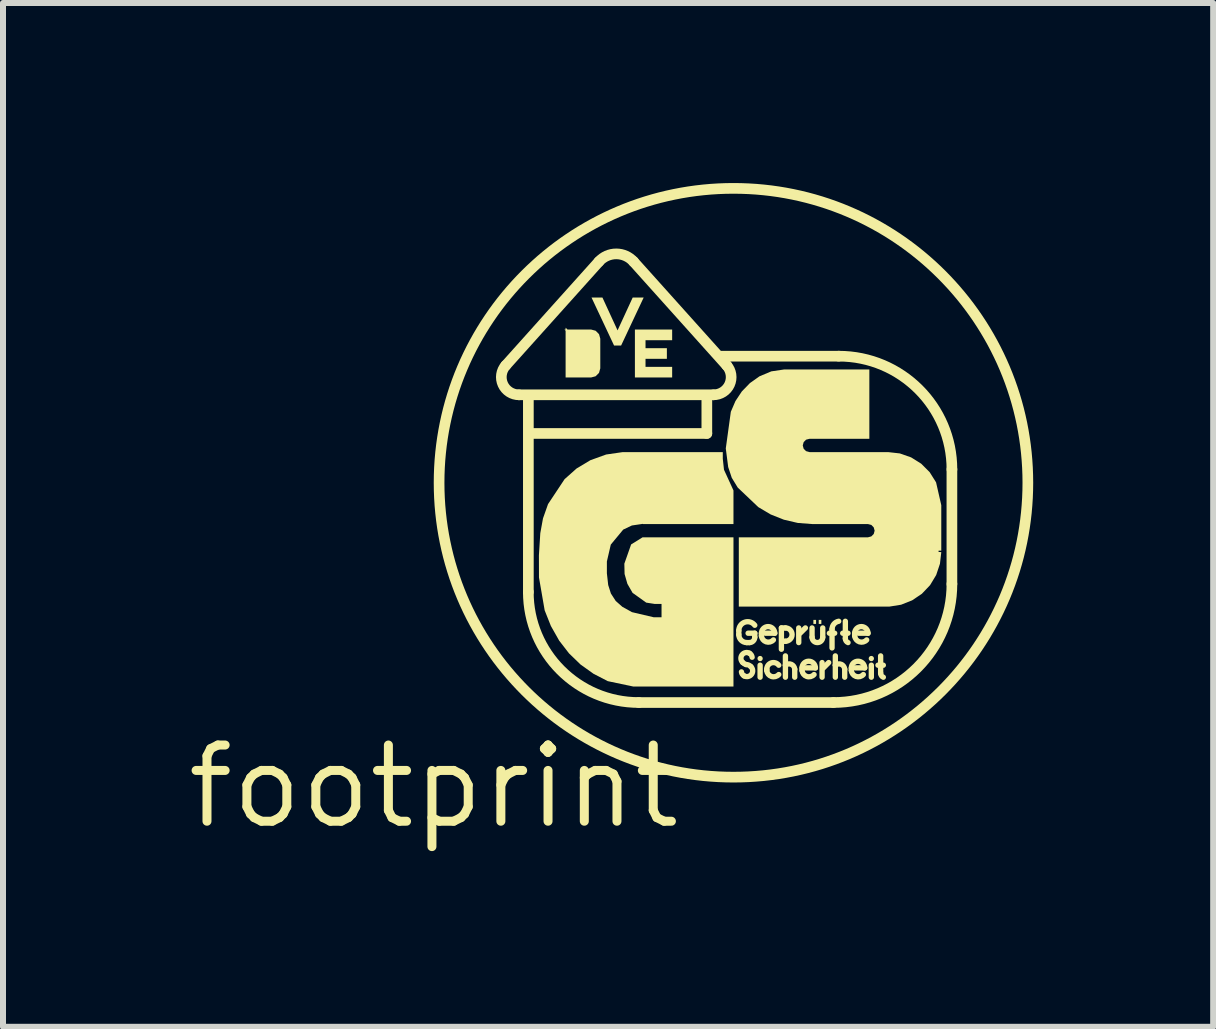
<source format=kicad_pcb>
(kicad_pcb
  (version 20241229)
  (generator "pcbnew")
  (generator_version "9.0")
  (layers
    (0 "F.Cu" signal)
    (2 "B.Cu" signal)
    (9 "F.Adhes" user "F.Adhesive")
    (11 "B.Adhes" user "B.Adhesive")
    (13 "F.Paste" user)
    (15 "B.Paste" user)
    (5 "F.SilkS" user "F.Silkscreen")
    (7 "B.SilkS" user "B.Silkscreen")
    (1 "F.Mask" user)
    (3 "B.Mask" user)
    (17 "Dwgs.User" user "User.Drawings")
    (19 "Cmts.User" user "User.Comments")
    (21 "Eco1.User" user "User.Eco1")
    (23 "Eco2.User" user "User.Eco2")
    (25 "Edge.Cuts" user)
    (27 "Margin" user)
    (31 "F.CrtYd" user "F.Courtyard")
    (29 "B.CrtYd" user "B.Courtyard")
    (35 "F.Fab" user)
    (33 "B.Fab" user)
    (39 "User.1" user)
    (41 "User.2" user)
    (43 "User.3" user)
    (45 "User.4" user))
  (footprint "footprint"
    (layer "F.Cu")
    (at 4.18 10.059)
    (property "Reference" "footprint" (at 0 0 0) (layer "F.SilkS") (effects (font (size 1.27 1.27) (thickness 0.15))))
    (fp_line (start 1.421 -6.528) (end 4.663 -6.528) (stroke (width 0.178) (type solid)) (layer "F.SilkS"))
    (fp_line (start 1.577 -6.439) (end 1.577 -3.242) (stroke (width 0.178) (type solid)) (layer "F.SilkS"))
    (fp_line (start 1.665 -5.884) (end 4.552 -5.884) (stroke (width 0.178) (type solid)) (layer "F.SilkS"))
    (fp_line (start 2.753 -8.748) (end 1.199 -7.016) (stroke (width 0.178) (type solid)) (layer "F.SilkS"))
    (fp_line (start 3.419 -1.399) (end 6.661 -1.399) (stroke (width 0.178) (type solid)) (layer "F.SilkS"))
    (fp_line (start 4.552 -5.884) (end 4.552 -6.484) (stroke (width 0.178) (type solid)) (layer "F.SilkS"))
    (fp_line (start 4.885 -7.016) (end 3.331 -8.748) (stroke (width 0.178) (type solid)) (layer "F.SilkS"))
    (fp_line (start 5.085 -2.531) (end 5.085 -2.598) (stroke (width 0.089) (type solid)) (layer "F.SilkS"))
    (fp_line (start 5.24 -2.554) (end 5.351 -2.554) (stroke (width 0.089) (type solid)) (layer "F.SilkS"))
    (fp_line (start 5.262 -2.398) (end 5.218 -2.398) (stroke (width 0.089) (type solid)) (layer "F.SilkS"))
    (fp_line (start 5.351 -2.554) (end 5.351 -2.487) (stroke (width 0.089) (type solid)) (layer "F.SilkS"))
    (fp_line (start 5.44 -1.821) (end 5.44 -2.021) (stroke (width 0.089) (type solid)) (layer "F.SilkS"))
    (fp_line (start 5.462 -2.554) (end 5.462 -2.509) (stroke (width 0.089) (type solid)) (layer "F.SilkS"))
    (fp_line (start 5.529 -2.554) (end 5.684 -2.554) (stroke (width 0.089) (type solid)) (layer "F.SilkS"))
    (fp_line (start 5.551 -1.954) (end 5.551 -1.932) (stroke (width 0.089) (type solid)) (layer "F.SilkS"))
    (fp_line (start 5.795 -2.642) (end 5.795 -2.287) (stroke (width 0.089) (type solid)) (layer "F.SilkS"))
    (fp_line (start 5.795 -2.642) (end 5.862 -2.642) (stroke (width 0.089) (type solid)) (layer "F.SilkS"))
    (fp_line (start 5.862 -2.42) (end 5.84 -2.42) (stroke (width 0.089) (type solid)) (layer "F.SilkS"))
    (fp_line (start 5.862 -2.176) (end 5.862 -2.021) (stroke (width 0.089) (type solid)) (layer "F.SilkS"))
    (fp_line (start 5.862 -2.021) (end 5.862 -1.821) (stroke (width 0.089) (type solid)) (layer "F.SilkS"))
    (fp_line (start 6.017 -1.821) (end 6.017 -1.954) (stroke (width 0.089) (type solid)) (layer "F.SilkS"))
    (fp_line (start 6.084 -2.398) (end 6.084 -2.642) (stroke (width 0.089) (type solid)) (layer "F.SilkS"))
    (fp_line (start 6.139 -1.976) (end 6.139 -1.932) (stroke (width 0.089) (type solid)) (layer "F.SilkS"))
    (fp_line (start 6.195 -2.642) (end 6.106 -2.554) (stroke (width 0.089) (type solid)) (layer "F.SilkS"))
    (fp_line (start 6.206 -1.976) (end 6.362 -1.976) (stroke (width 0.089) (type solid)) (layer "F.SilkS"))
    (fp_line (start 6.306 -2.642) (end 6.306 -2.487) (stroke (width 0.089) (type solid)) (layer "F.SilkS"))
    (fp_line (start 6.473 -1.821) (end 6.473 -2.065) (stroke (width 0.089) (type solid)) (layer "F.SilkS"))
    (fp_line (start 6.484 -2.487) (end 6.484 -2.642) (stroke (width 0.089) (type solid)) (layer "F.SilkS"))
    (fp_line (start 6.583 -2.065) (end 6.495 -1.976) (stroke (width 0.089) (type solid)) (layer "F.SilkS"))
    (fp_line (start 6.595 -2.554) (end 6.683 -2.554) (stroke (width 0.089) (type solid)) (layer "F.SilkS"))
    (fp_line (start 6.639 -2.309) (end 6.639 -2.62) (stroke (width 0.089) (type solid)) (layer "F.SilkS"))
    (fp_line (start 6.694 -2.176) (end 6.694 -2.021) (stroke (width 0.089) (type solid)) (layer "F.SilkS"))
    (fp_line (start 6.694 -2.021) (end 6.694 -1.821) (stroke (width 0.089) (type solid)) (layer "F.SilkS"))
    (fp_line (start 6.75 -7.172) (end 4.796 -7.172) (stroke (width 0.178) (type solid)) (layer "F.SilkS"))
    (fp_line (start 6.817 -2.554) (end 6.905 -2.554) (stroke (width 0.089) (type solid)) (layer "F.SilkS"))
    (fp_line (start 6.85 -1.821) (end 6.85 -1.954) (stroke (width 0.089) (type solid)) (layer "F.SilkS"))
    (fp_line (start 6.861 -2.753) (end 6.861 -2.465) (stroke (width 0.089) (type solid)) (layer "F.SilkS"))
    (fp_line (start 6.961 -1.976) (end 6.961 -1.932) (stroke (width 0.089) (type solid)) (layer "F.SilkS"))
    (fp_line (start 7.016 -2.554) (end 7.016 -2.509) (stroke (width 0.089) (type solid)) (layer "F.SilkS"))
    (fp_line (start 7.028 -1.976) (end 7.183 -1.976) (stroke (width 0.089) (type solid)) (layer "F.SilkS"))
    (fp_line (start 7.083 -2.554) (end 7.239 -2.554) (stroke (width 0.089) (type solid)) (layer "F.SilkS"))
    (fp_line (start 7.294 -1.821) (end 7.294 -2.021) (stroke (width 0.089) (type solid)) (layer "F.SilkS"))
    (fp_line (start 7.405 -2.021) (end 7.494 -2.021) (stroke (width 0.089) (type solid)) (layer "F.SilkS"))
    (fp_line (start 7.449 -2.176) (end 7.449 -1.887) (stroke (width 0.089) (type solid)) (layer "F.SilkS"))
    (fp_line (start 8.637 -3.375) (end 8.637 -5.285) (stroke (width 0.178) (type solid)) (layer "F.SilkS"))
    (fp_arc (start 1.4211 -6.528) (mid 1.15279 -6.700749) (end 1.198999 -7.016498) (stroke (width 0.1776) (type solid)) (layer "F.SilkS"))
    (fp_arc (start 2.7533 -8.7484) (mid 3.04195 -8.877214) (end 3.3306 -8.7484) (stroke (width 0.1776) (type solid)) (layer "F.SilkS"))
    (fp_arc (start 3.4194 -1.3989) (mid 2.116273 -1.938673) (end 1.5765 -3.2418) (stroke (width 0.1776) (type solid)) (layer "F.SilkS"))
    (fp_arc (start 4.8849 -7.0165) (mid 4.931189 -6.700769) (end 4.6629 -6.528) (stroke (width 0.1776) (type solid)) (layer "F.SilkS"))
    (fp_arc (start 5.0847 -2.5979) (mid 5.185945 -2.738351) (end 5.3512 -2.686698) (stroke (width 0.0888) (type solid)) (layer "F.SilkS"))
    (fp_arc (start 5.1513 -2.065) (mid 5.137851 -2.192027) (end 5.262398 -2.220398) (stroke (width 0.0888) (type solid)) (layer "F.SilkS"))
    (fp_arc (start 5.1735 -1.8429) (mid 5.143133 -1.870755) (end 5.1291 -1.9095) (stroke (width 0.0888) (type solid)) (layer "F.SilkS"))
    (fp_arc (start 5.2069 -2.031701) (mid 5.249275 -2.023275) (end 5.2846 -1.9984) (stroke (width 0.0888) (type solid)) (layer "F.SilkS"))
    (fp_arc (start 5.2069 -2.0317) (mid 5.176797 -2.044504) (end 5.1513 -2.065) (stroke (width 0.0888) (type solid)) (layer "F.SilkS"))
    (fp_arc (start 5.218 -2.398) (mid 5.123743 -2.437043) (end 5.0847 -2.5313) (stroke (width 0.0888) (type solid)) (layer "F.SilkS"))
    (fp_arc (start 5.2624 -2.2204) (mid 5.292768 -2.192545) (end 5.3068 -2.153799) (stroke (width 0.0888) (type solid)) (layer "F.SilkS"))
    (fp_arc (start 5.2846 -1.9984) (mid 5.298098 -1.871315) (end 5.173498 -1.842898) (stroke (width 0.0888) (type solid)) (layer "F.SilkS"))
    (fp_arc (start 5.3512 -2.4869) (mid 5.325198 -2.424073) (end 5.262401 -2.397999) (stroke (width 0.0888) (type solid)) (layer "F.SilkS"))
    (fp_arc (start 5.4622 -2.5535) (mid 5.5732 -2.6645) (end 5.6842 -2.5535) (stroke (width 0.0888) (type solid)) (layer "F.SilkS"))
    (fp_arc (start 5.551 -1.954) (mid 5.626944 -2.059351) (end 5.750899 -2.0206) (stroke (width 0.0888) (type solid)) (layer "F.SilkS"))
    (fp_arc (start 5.661998 -2.442399) (mid 5.540416 -2.410798) (end 5.4622 -2.5091) (stroke (width 0.0888) (type solid)) (layer "F.SilkS"))
    (fp_arc (start 5.750899 -1.865098) (mid 5.629261 -1.833452) (end 5.551 -1.9318) (stroke (width 0.0888) (type solid)) (layer "F.SilkS"))
    (fp_arc (start 5.861899 -2.0206) (mid 5.960192 -2.035349) (end 6.0173 -1.954) (stroke (width 0.0888) (type solid)) (layer "F.SilkS"))
    (fp_arc (start 5.8619 -2.6423) (mid 5.97295 -2.53125) (end 5.8619 -2.4202) (stroke (width 0.0888) (type solid)) (layer "F.SilkS"))
    (fp_arc (start 6.1394 -1.9762) (mid 6.25045 -2.08725) (end 6.3615 -1.9762) (stroke (width 0.0888) (type solid)) (layer "F.SilkS"))
    (fp_arc (start 6.339299 -1.865098) (mid 6.217661 -1.833452) (end 6.1394 -1.9318) (stroke (width 0.0888) (type solid)) (layer "F.SilkS"))
    (fp_arc (start 6.4836 -2.4869) (mid 6.3948 -2.3981) (end 6.306 -2.4869) (stroke (width 0.0888) (type solid)) (layer "F.SilkS"))
    (fp_arc (start 6.639 -2.6201) (mid 6.670383 -2.706798) (end 6.750001 -2.753299) (stroke (width 0.0888) (type solid)) (layer "F.SilkS"))
    (fp_arc (start 6.6945 -2.0206) (mid 6.792824 -2.035338) (end 6.85 -1.954) (stroke (width 0.0888) (type solid)) (layer "F.SilkS"))
    (fp_arc (start 6.75 -7.1719) (mid 8.084587 -6.619158) (end 8.6374 -5.2846) (stroke (width 0.1776) (type solid)) (layer "F.SilkS"))
    (fp_arc (start 6.9055 -2.398) (mid 6.873198 -2.424626) (end 6.8611 -2.4647) (stroke (width 0.0888) (type solid)) (layer "F.SilkS"))
    (fp_arc (start 6.961 -1.9762) (mid 7.072 -2.0872) (end 7.183 -1.9762) (stroke (width 0.0888) (type solid)) (layer "F.SilkS"))
    (fp_arc (start 7.0165 -2.5535) (mid 7.1275 -2.6645) (end 7.2385 -2.5535) (stroke (width 0.0888) (type solid)) (layer "F.SilkS"))
    (fp_arc (start 7.160798 -1.865099) (mid 7.039216 -1.833498) (end 6.961 -1.9318) (stroke (width 0.0888) (type solid)) (layer "F.SilkS"))
    (fp_arc (start 7.216298 -2.442399) (mid 7.094716 -2.410798) (end 7.0165 -2.5091) (stroke (width 0.0888) (type solid)) (layer "F.SilkS"))
    (fp_arc (start 7.4939 -1.8207) (mid 7.461626 -1.847284) (end 7.4495 -1.8873) (stroke (width 0.0888) (type solid)) (layer "F.SilkS"))
    (fp_arc (start 8.637399 -3.374999) (mid 8.058548 -1.97768) (end 6.6612 -1.3989) (stroke (width 0.1776) (type solid)) (layer "F.SilkS"))
    (fp_circle (center 4.996 -5.062) (end 9.903 -5.062) (stroke (width 0.178) (type solid)) (fill no) (layer "F.SilkS"))
    (fp_circle (center 5.44 -2.132) (end 5.462 -2.132) (stroke (width 0.044) (type solid)) (fill yes) (layer "F.SilkS"))
    (fp_circle (center 7.294 -2.132) (end 7.316 -2.132) (stroke (width 0.044) (type solid)) (fill yes) (layer "F.SilkS"))
    (fp_poly (pts (xy 6.328 -2.709) (xy 6.373 -2.709) (xy 6.373 -2.776) (xy 6.328 -2.776)) (stroke (width 0) (type solid)) (fill yes) (layer "F.SilkS"))
    (fp_poly (pts (xy 6.417 -2.709) (xy 6.461 -2.709) (xy 6.461 -2.776) (xy 6.417 -2.776)) (stroke (width 0) (type solid)) (fill yes) (layer "F.SilkS"))
    (fp_poly (pts (xy 3.064 -7.602) (xy 3.316 -8.149) (xy 3.499 -8.149) (xy 3.123 -7.349) (xy 3.006 -7.349) (xy 2.63 -8.149) (xy 2.812 -8.149)) (stroke (width 0) (type solid)) (fill yes) (layer "F.SilkS"))
    (fp_poly (pts (xy 3.974 -7.438) (xy 3.53 -7.438) (xy 3.53 -7.305) (xy 3.886 -7.305) (xy 3.886 -7.128) (xy 3.53 -7.128) (xy 3.53 -6.994) (xy 3.974 -6.994) (xy 3.974 -6.817) (xy 3.353 -6.817) (xy 3.353 -7.616) (xy 3.974 -7.616)) (stroke (width 0) (type solid)) (fill yes) (layer "F.SilkS"))
    (fp_poly (pts (xy 2.23 -7.616) (xy 2.623 -7.616) (xy 2.698 -7.596) (xy 2.755 -7.539) (xy 2.776 -7.464) (xy 2.776 -6.969) (xy 2.755 -6.894) (xy 2.698 -6.837) (xy 2.623 -6.817) (xy 2.198 -6.817) (xy 2.198 -7.596) (xy 2.178 -7.616) (xy 2.198 -7.616) (xy 2.198 -7.647)) (stroke (width 0) (type solid)) (fill yes) (layer "F.SilkS"))
    (fp_poly (pts (xy 4.818 -5.463) (xy 4.838 -5.279) (xy 4.996 -4.934) (xy 4.996 -4.374) (xy 3.486 -4.374) (xy 3.486 -4.377) (xy 3.303 -4.35) (xy 3.158 -4.281) (xy 2.951 -4.031) (xy 2.886 -3.75) (xy 2.886 -3.553) (xy 2.908 -3.357) (xy 2.953 -3.216) (xy 3.033 -3.092) (xy 3.144 -2.994) (xy 3.305 -2.905) (xy 3.666 -2.82) (xy 3.797 -2.82) (xy 3.797 -3.042) (xy 3.684 -3.042) (xy 3.542 -3.064) (xy 3.314 -3.227) (xy 3.228 -3.377) (xy 3.181 -3.541) (xy 3.177 -3.713) (xy 3.29 -4.034) (xy 3.48 -4.152) (xy 4.996 -4.152) (xy 4.996 -1.665) (xy 3.328 -1.665) (xy 2.901 -1.755) (xy 2.663 -1.878) (xy 2.446 -2.033) (xy 2.254 -2.219) (xy 2.091 -2.43) (xy 1.953 -2.674) (xy 1.849 -2.935) (xy 1.754 -3.484) (xy 1.753 -3.853) (xy 1.776 -4.221) (xy 1.821 -4.468) (xy 1.905 -4.706) (xy 2.181 -5.122) (xy 2.381 -5.3) (xy 2.611 -5.438) (xy 2.874 -5.533) (xy 3.151 -5.573) (xy 4.818 -5.573)) (stroke (width 0) (type solid)) (fill yes) (layer "F.SilkS"))
    (fp_poly (pts (xy 7.261 -5.795) (xy 6.264 -5.795) (xy 6.206 -5.78) (xy 6.166 -5.739) (xy 6.151 -5.684) (xy 6.166 -5.629) (xy 6.206 -5.589) (xy 6.264 -5.573) (xy 7.573 -5.573) (xy 7.769 -5.551) (xy 7.957 -5.485) (xy 8.125 -5.38) (xy 8.266 -5.239) (xy 8.373 -5.069) (xy 8.46 -4.688) (xy 8.46 -3.93) (xy 8.415 -3.93) (xy 8.415 -3.908) (xy 8.438 -3.908) (xy 8.46 -3.905) (xy 8.438 -3.712) (xy 8.375 -3.524) (xy 8.273 -3.355) (xy 8.137 -3.212) (xy 7.974 -3.102) (xy 7.79 -3.029) (xy 7.596 -2.998) (xy 5.085 -2.998) (xy 5.085 -4.152) (xy 7.236 -4.152) (xy 7.294 -4.168) (xy 7.334 -4.208) (xy 7.349 -4.263) (xy 7.334 -4.318) (xy 7.294 -4.359) (xy 7.236 -4.374) (xy 6.305 -4.374) (xy 6.069 -4.392) (xy 5.837 -4.446) (xy 5.616 -4.534) (xy 5.41 -4.656) (xy 5.067 -4.982) (xy 4.968 -5.144) (xy 4.908 -5.324) (xy 4.868 -5.634) (xy 4.952 -6.245) (xy 5.029 -6.424) (xy 5.136 -6.585) (xy 5.271 -6.724) (xy 5.429 -6.836) (xy 5.627 -6.919) (xy 5.838 -6.95) (xy 7.261 -6.95)) (stroke (width 0) (type solid)) (fill yes) (layer "F.SilkS")))
  (gr_rect
    (start -3 -3)
    (end 17.172 14.065)
    (stroke (width 0.1) (type default))
    (fill no)
    (layer "Edge.Cuts")))
</source>
